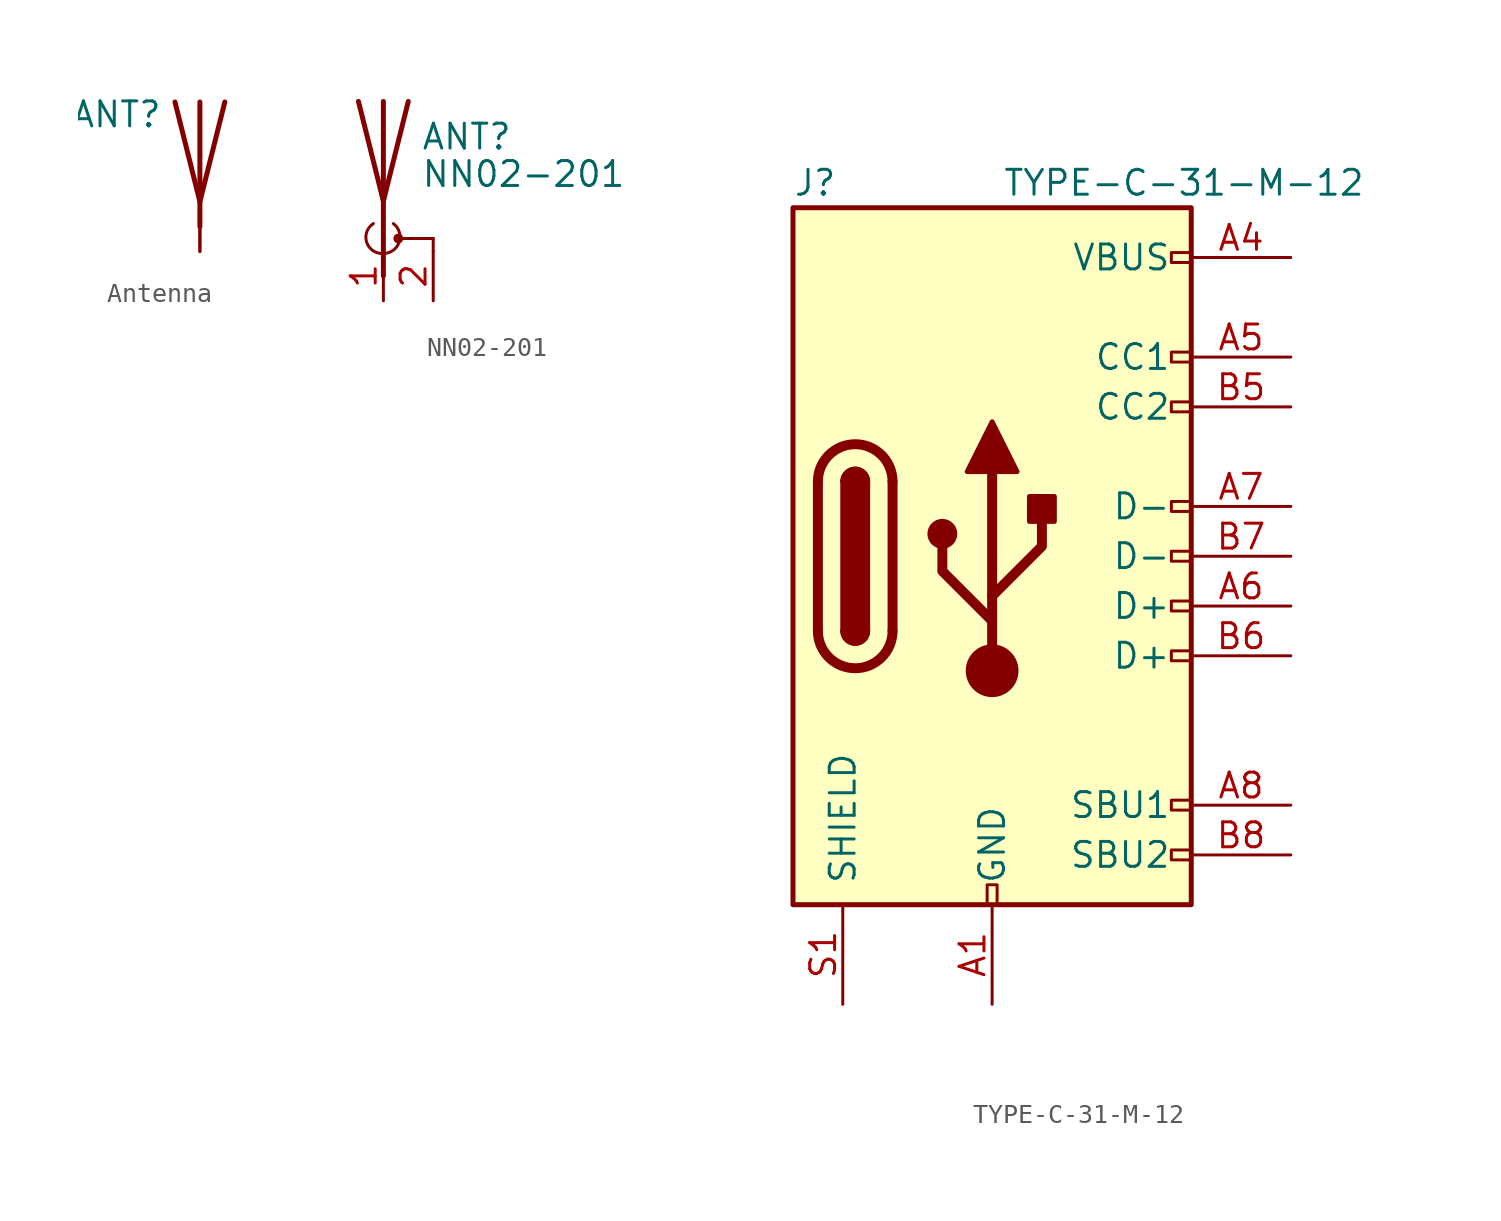
<source format=kicad_sym>
(kicad_symbol_lib
  (version 20231120)
  (generator "kicad_symbol_editor")
  (generator_version "8.0")
  (symbol "Antenna"
    (pin_numbers hide)
    (pin_names
      (offset 1.016) hide)
    (property "Reference" "ANT"
      (at -1.905 4.445 0)
      (do_not_autoplace)
      (effects (font (size 1.27 1.27)) (justify right)))
    (symbol "Antenna_0_1"
      (polyline (pts (xy 0 -2.54) (xy 0 0)) (stroke (width 0) (type default)) (fill (type none)))
      (polyline (pts (xy 0 5.08) (xy 0 -1.27)) (stroke (width 0.254) (type default)) (fill (type none)))
      (polyline (pts (xy 1.27 5.08) (xy 0 0) (xy -1.27 5.08)) (stroke (width 0.254) (type default)) (fill (type none))))
    (symbol "Antenna_1_1"
      (pin input line (at 0 -2.54 90) (length 2.54) (name "A" (effects (font (size 1.27 1.27)))) (number "1" (effects (font (size 1.27 1.27)))))))
  (symbol "NN02-201"
    (pin_names
      (offset 1.016))
    (property "Reference" "ANT"
      (at 1.905 3.81 0)
      (effects (font (size 1.27 1.27)) (justify left bottom)))
    (property "Value" "NN02-201"
      (at 1.905 1.905 0)
      (effects (font (size 1.27 1.27)) (justify left bottom)))
    (symbol "NN02-201_0_1"
      (arc (start -0.508 0.127) (mid -0.8485 -0.8332) (end 0 -1.397) (stroke (width 0) (type default)) (fill (type none)))
      (arc (start 0 -1.397) (mid 0.8046 -0.8185) (end 0.508 0.127) (stroke (width 0) (type default)) (fill (type none)))
      (polyline (pts (xy 0 -1.27) (xy 0 1.27)) (stroke (width 0) (type default)) (fill (type none)))
      (polyline (pts (xy 0 6.35) (xy 0 -2.54)) (stroke (width 0.254) (type default)) (fill (type none)))
      (polyline (pts (xy 0.762 -0.635) (xy 2.54 -0.635)) (stroke (width 0) (type default)) (fill (type none)))
      (polyline (pts (xy 2.54 -1.27) (xy 2.54 -0.635)) (stroke (width 0) (type default)) (fill (type none)))
      (polyline (pts (xy 1.27 6.35) (xy 0 1.27) (xy -1.27 6.35)) (stroke (width 0.254) (type default)) (fill (type none)))
      (circle (center 0.762 -0.635) (radius 0.178) (stroke (width 0) (type default)) (fill (type outline))))
    (symbol "NN02-201_1_1"
      (pin input line (at 0 -3.81 90) (length 2.54) (name "" (effects (font (size 1.27 1.27)))) (number "1" (effects (font (size 1.27 1.27)))))
      (pin input line (at 2.54 -3.81 90) (length 2.54) (name "" (effects (font (size 1.27 1.27)))) (number "2" (effects (font (size 1.27 1.27)))))))
  (symbol "TYPE-C-31-M-12"
    (pin_names
      (offset 1.016))
    (property "Reference" "J"
      (at -10.16 19.05 0)
      (effects (font (size 1.27 1.27)) (justify left)))
    (property "Value" "TYPE-C-31-M-12"
      (at 19.05 19.05 0)
      (effects (font (size 1.27 1.27)) (justify right)))
    (symbol "TYPE-C-31-M-12_0_0"
      (rectangle (start -0.254 -17.78) (end 0.254 -16.764) (stroke (width 0) (type default)) (fill (type none)))
      (rectangle (start 10.16 -14.986) (end 9.144 -15.494) (stroke (width 0) (type default)) (fill (type none)))
      (rectangle (start 10.16 -12.446) (end 9.144 -12.954) (stroke (width 0) (type default)) (fill (type none)))
      (rectangle (start 10.16 -4.826) (end 9.144 -5.334) (stroke (width 0) (type default)) (fill (type none)))
      (rectangle (start 10.16 -2.286) (end 9.144 -2.794) (stroke (width 0) (type default)) (fill (type none)))
      (rectangle (start 10.16 0.254) (end 9.144 -0.254) (stroke (width 0) (type default)) (fill (type none)))
      (rectangle (start 10.16 2.794) (end 9.144 2.286) (stroke (width 0) (type default)) (fill (type none)))
      (rectangle (start 10.16 7.874) (end 9.144 7.366) (stroke (width 0) (type default)) (fill (type none)))
      (rectangle (start 10.16 10.414) (end 9.144 9.906) (stroke (width 0) (type default)) (fill (type none)))
      (rectangle (start 10.16 15.494) (end 9.144 14.986) (stroke (width 0) (type default)) (fill (type none))))
    (symbol "TYPE-C-31-M-12_0_1"
      (rectangle (start -10.16 17.78) (end 10.16 -17.78) (stroke (width 0.254) (type default)) (fill (type background)))
      (arc (start -8.89 -3.81) (mid -6.985 -5.7067) (end -5.08 -3.81) (stroke (width 0.508) (type default)) (fill (type none)))
      (arc (start -7.62 -3.81) (mid -6.985 -4.4423) (end -6.35 -3.81) (stroke (width 0.254) (type default)) (fill (type none)))
      (arc (start -7.62 -3.81) (mid -6.985 -4.4423) (end -6.35 -3.81) (stroke (width 0.254) (type default)) (fill (type outline)))
      (rectangle (start -7.62 -3.81) (end -6.35 3.81) (stroke (width 0.254) (type default)) (fill (type outline)))
      (arc (start -6.35 3.81) (mid -6.985 4.4423) (end -7.62 3.81) (stroke (width 0.254) (type default)) (fill (type none)))
      (arc (start -6.35 3.81) (mid -6.985 4.4423) (end -7.62 3.81) (stroke (width 0.254) (type default)) (fill (type outline)))
      (arc (start -5.08 3.81) (mid -6.985 5.7067) (end -8.89 3.81) (stroke (width 0.508) (type default)) (fill (type none)))
      (circle (center -2.54 1.143) (radius 0.635) (stroke (width 0.254) (type default)) (fill (type outline)))
      (circle (center 0 -5.842) (radius 1.27) (stroke (width 0) (type default)) (fill (type outline)))
      (polyline (pts (xy -8.89 -3.81) (xy -8.89 3.81)) (stroke (width 0.508) (type default)) (fill (type none)))
      (polyline (pts (xy -5.08 3.81) (xy -5.08 -3.81)) (stroke (width 0.508) (type default)) (fill (type none)))
      (polyline (pts (xy 0 -5.842) (xy 0 4.318)) (stroke (width 0.508) (type default)) (fill (type none)))
      (polyline (pts (xy 0 -3.302) (xy -2.54 -0.762) (xy -2.54 0.508)) (stroke (width 0.508) (type default)) (fill (type none)))
      (polyline (pts (xy 0 -2.032) (xy 2.54 0.508) (xy 2.54 1.778)) (stroke (width 0.508) (type default)) (fill (type none)))
      (polyline (pts (xy -1.27 4.318) (xy 0 6.858) (xy 1.27 4.318) (xy -1.27 4.318)) (stroke (width 0.254) (type default)) (fill (type outline)))
      (rectangle (start 1.905 1.778) (end 3.175 3.048) (stroke (width 0.254) (type default)) (fill (type outline))))
    (symbol "TYPE-C-31-M-12_1_1"
      (pin passive line (at 0 -22.86 90) (length 5.08) (name "GND" (effects (font (size 1.27 1.27)))) (number "A1" (effects (font (size 1.27 1.27)))))
      (pin passive line (at 0 -22.86 90) (length 5.08) hide (name "GND" (effects (font (size 1.27 1.27)))) (number "A12" (effects (font (size 1.27 1.27)))))
      (pin passive line (at 15.24 15.24 180) (length 5.08) (name "VBUS" (effects (font (size 1.27 1.27)))) (number "A4" (effects (font (size 1.27 1.27)))))
      (pin bidirectional line (at 15.24 10.16 180) (length 5.08) (name "CC1" (effects (font (size 1.27 1.27)))) (number "A5" (effects (font (size 1.27 1.27)))))
      (pin bidirectional line (at 15.24 -2.54 180) (length 5.08) (name "D+" (effects (font (size 1.27 1.27)))) (number "A6" (effects (font (size 1.27 1.27)))))
      (pin bidirectional line (at 15.24 2.54 180) (length 5.08) (name "D-" (effects (font (size 1.27 1.27)))) (number "A7" (effects (font (size 1.27 1.27)))))
      (pin bidirectional line (at 15.24 -12.7 180) (length 5.08) (name "SBU1" (effects (font (size 1.27 1.27)))) (number "A8" (effects (font (size 1.27 1.27)))))
      (pin passive line (at 15.24 15.24 180) (length 5.08) hide (name "VBUS" (effects (font (size 1.27 1.27)))) (number "A9" (effects (font (size 1.27 1.27)))))
      (pin passive line (at 0 -22.86 90) (length 5.08) hide (name "GND" (effects (font (size 1.27 1.27)))) (number "B1" (effects (font (size 1.27 1.27)))))
      (pin passive line (at 0 -22.86 90) (length 5.08) hide (name "GND" (effects (font (size 1.27 1.27)))) (number "B12" (effects (font (size 1.27 1.27)))))
      (pin passive line (at 15.24 15.24 180) (length 5.08) hide (name "VBUS" (effects (font (size 1.27 1.27)))) (number "B4" (effects (font (size 1.27 1.27)))))
      (pin bidirectional line (at 15.24 7.62 180) (length 5.08) (name "CC2" (effects (font (size 1.27 1.27)))) (number "B5" (effects (font (size 1.27 1.27)))))
      (pin bidirectional line (at 15.24 -5.08 180) (length 5.08) (name "D+" (effects (font (size 1.27 1.27)))) (number "B6" (effects (font (size 1.27 1.27)))))
      (pin bidirectional line (at 15.24 0 180) (length 5.08) (name "D-" (effects (font (size 1.27 1.27)))) (number "B7" (effects (font (size 1.27 1.27)))))
      (pin bidirectional line (at 15.24 -15.24 180) (length 5.08) (name "SBU2" (effects (font (size 1.27 1.27)))) (number "B8" (effects (font (size 1.27 1.27)))))
      (pin passive line (at 15.24 15.24 180) (length 5.08) hide (name "VBUS" (effects (font (size 1.27 1.27)))) (number "B9" (effects (font (size 1.27 1.27)))))
      (pin passive line (at -7.62 -22.86 90) (length 5.08) (name "SHIELD" (effects (font (size 1.27 1.27)))) (number "S1" (effects (font (size 1.27 1.27)))))
      (pin passive line (at -7.62 -22.86 90) (length 5.08) hide (name "SHIELD" (effects (font (size 1.27 1.27)))) (number "S2" (effects (font (size 1.27 1.27)))))
      (pin passive line (at -7.62 -22.86 90) (length 5.08) hide (name "SHIELD" (effects (font (size 1.27 1.27)))) (number "S3" (effects (font (size 1.27 1.27)))))
      (pin passive line (at -7.62 -22.86 90) (length 5.08) hide (name "SHIELD" (effects (font (size 1.27 1.27)))) (number "S4" (effects (font (size 1.27 1.27))))))))
</source>
